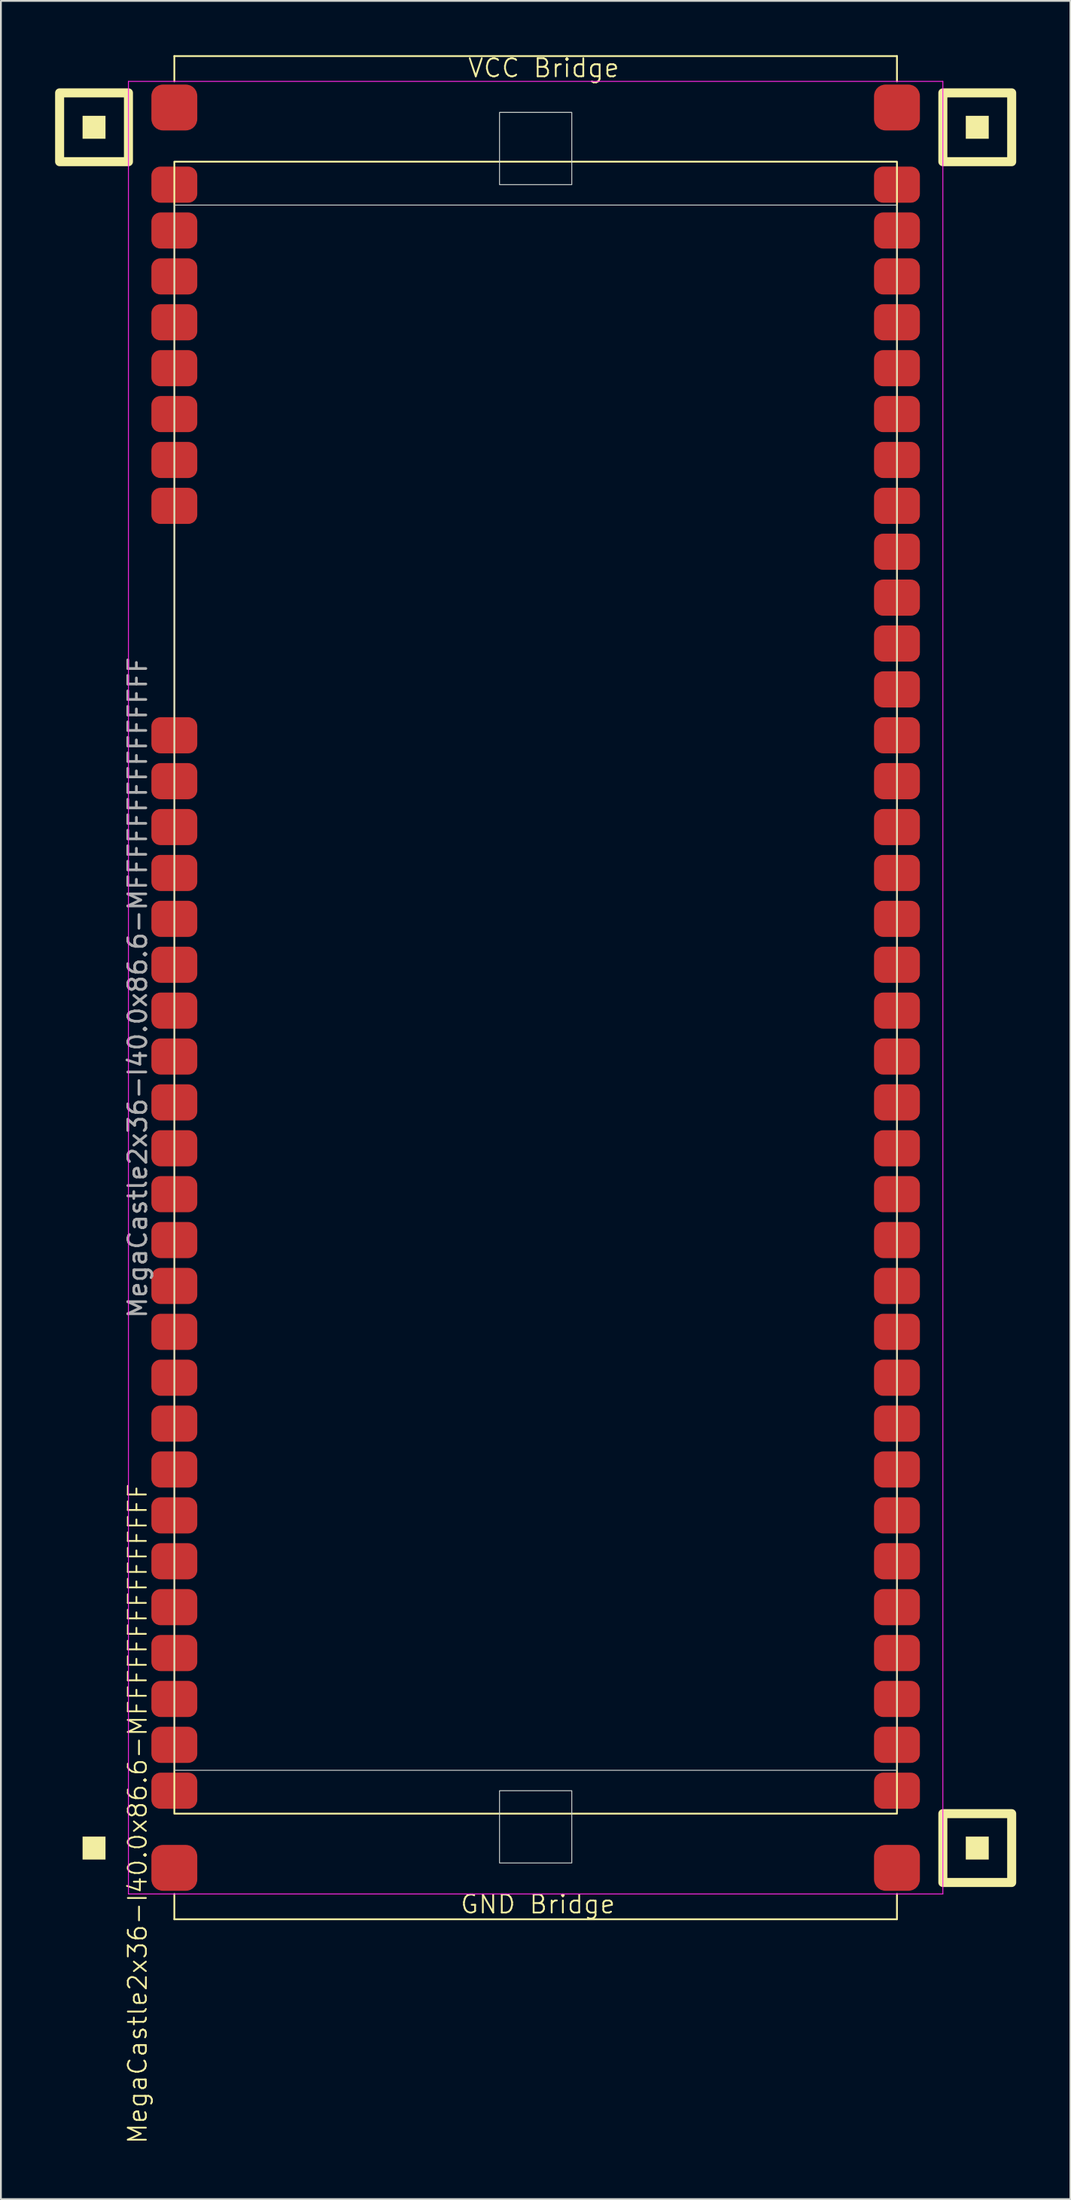
<source format=kicad_pcb>
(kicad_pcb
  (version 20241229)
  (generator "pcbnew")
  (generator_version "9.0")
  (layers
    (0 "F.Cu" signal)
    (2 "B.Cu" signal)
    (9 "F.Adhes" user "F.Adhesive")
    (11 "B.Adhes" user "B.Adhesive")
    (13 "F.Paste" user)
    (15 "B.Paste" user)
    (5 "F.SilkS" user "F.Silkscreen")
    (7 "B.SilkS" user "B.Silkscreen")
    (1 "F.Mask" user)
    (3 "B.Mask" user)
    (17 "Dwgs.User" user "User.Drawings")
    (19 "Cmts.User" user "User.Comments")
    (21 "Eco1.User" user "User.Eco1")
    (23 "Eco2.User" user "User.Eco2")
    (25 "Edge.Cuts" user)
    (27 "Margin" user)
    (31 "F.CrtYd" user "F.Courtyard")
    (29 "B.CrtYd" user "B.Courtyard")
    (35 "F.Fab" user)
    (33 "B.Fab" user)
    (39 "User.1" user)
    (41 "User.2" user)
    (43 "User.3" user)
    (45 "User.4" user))
  (footprint "MegaCastle2x36-I40.0x86.6-MFFFFFFFFFFFFFFF"
    (layer "F.Cu")
    (at 26.6 51.62)
    (property "Reference" "MegaCastle2x36-I40.0x86.6-MFFFFFFFFFFFFFFF" (at -22.032 45.72 90) (unlocked yes) (layer "F.SilkS") (effects (font (size 1 1) (thickness 0.1))))
    (attr smd)
    (fp_line (start -20 -51.565) (end 20 -51.565) (stroke (width 0.1) (type default)) (layer "F.SilkS"))
    (fp_line (start -20 -50.165) (end -20 -51.565) (stroke (width 0.1) (type default)) (layer "F.SilkS"))
    (fp_line (start -20 50.165) (end -20 51.565) (stroke (width 0.1) (type default)) (layer "F.SilkS"))
    (fp_line (start -20 51.565) (end 20 51.565) (stroke (width 0.1) (type default)) (layer "F.SilkS"))
    (fp_line (start 20 -50.165) (end 20 -51.565) (stroke (width 0.1) (type default)) (layer "F.SilkS"))
    (fp_line (start 20 50.165) (end 20 51.565) (stroke (width 0.1) (type default)) (layer "F.SilkS"))
    (fp_rect (start -23.81 -46.99) (end -25.08 -48.26) (stroke (width 0) (type solid)) (fill yes) (layer "F.SilkS"))
    (fp_rect (start -23.81 48.26) (end -25.08 46.99) (stroke (width 0) (type solid)) (fill yes) (layer "F.SilkS"))
    (fp_rect (start -22.54 -45.72) (end -26.35 -49.53) (stroke (width 0.5) (type default)) (fill no) (layer "F.SilkS"))
    (fp_rect (start -20 -45.72) (end 20 45.72) (stroke (width 0.1) (type default)) (fill no) (layer "F.SilkS"))
    (fp_rect (start 25.08 -46.99) (end 23.81 -48.26) (stroke (width 0) (type solid)) (fill yes) (layer "F.SilkS"))
    (fp_rect (start 25.08 48.26) (end 23.81 46.99) (stroke (width 0) (type solid)) (fill yes) (layer "F.SilkS"))
    (fp_rect (start 26.35 -45.72) (end 22.54 -49.53) (stroke (width 0.5) (type default)) (fill no) (layer "F.SilkS"))
    (fp_rect (start 26.35 49.53) (end 22.54 45.72) (stroke (width 0.5) (type default)) (fill no) (layer "F.SilkS"))
    (fp_rect (start -20 -43.32) (end 20 43.32) (stroke (width 0.05) (type default)) (fill no) (layer "Edge.Cuts"))
    (fp_rect (start -2 -44.45) (end 2 -48.45) (stroke (width 0.05) (type default)) (fill no) (layer "Edge.Cuts"))
    (fp_rect (start -2 44.45) (end 2 48.45) (stroke (width 0.05) (type default)) (fill no) (layer "Edge.Cuts"))
    (fp_line (start -22.54 -50.165) (end -22.54 50.165) (stroke (width 0.05) (type default)) (layer "F.CrtYd"))
    (fp_line (start -22.54 50.165) (end 22.54 50.165) (stroke (width 0.05) (type default)) (layer "F.CrtYd"))
    (fp_line (start 22.54 -50.165) (end -22.54 -50.165) (stroke (width 0.05) (type default)) (layer "F.CrtYd"))
    (fp_line (start 22.54 -50.165) (end 22.54 50.165) (stroke (width 0.05) (type default)) (layer "F.CrtYd"))
    (fp_text user "GND Bridge" (at -4.226 51.32 0) (unlocked yes) (layer "F.SilkS") (effects (font (size 1 1) (thickness 0.1)) (justify left bottom)))
    (fp_text user "VCC Bridge" (at -3.81 -50.32 0) (unlocked yes) (layer "F.SilkS") (effects (font (size 1 1) (thickness 0.1)) (justify left bottom)))
    (fp_text user "${REFERENCE}" (at -22.032 0 90) (unlocked yes) (layer "F.Fab") (effects (font (size 1 1) (thickness 0.15))))
    (pad "1" smd roundrect (at -20 -44.45) (size 2.54 2) (layers "F.Cu" "F.Mask" "F.Paste") (roundrect_rratio 0.25))
    (pad "2" smd roundrect (at -20 -41.91) (size 2.54 2) (layers "F.Cu" "F.Mask" "F.Paste") (roundrect_rratio 0.25))
    (pad "3" smd roundrect (at -20 -39.37) (size 2.54 2) (layers "F.Cu" "F.Mask" "F.Paste") (roundrect_rratio 0.25))
    (pad "4" smd roundrect (at -20 -36.83) (size 2.54 2) (layers "F.Cu" "F.Mask" "F.Paste") (roundrect_rratio 0.25))
    (pad "5" smd roundrect (at -20 -34.29) (size 2.54 2) (layers "F.Cu" "F.Mask" "F.Paste") (roundrect_rratio 0.25))
    (pad "6" smd roundrect (at -20 -31.75) (size 2.54 2) (layers "F.Cu" "F.Mask" "F.Paste") (roundrect_rratio 0.25))
    (pad "7" smd roundrect (at -20 -29.21) (size 2.54 2) (layers "F.Cu" "F.Mask" "F.Paste") (roundrect_rratio 0.25))
    (pad "8" smd roundrect (at -20 -26.67) (size 2.54 2) (layers "F.Cu" "F.Mask" "F.Paste") (roundrect_rratio 0.25))
    (pad "13" smd roundrect (at -20 -13.97) (size 2.54 2) (layers "F.Cu" "F.Mask" "F.Paste") (roundrect_rratio 0.25))
    (pad "14" smd roundrect (at -20 -11.43) (size 2.54 2) (layers "F.Cu" "F.Mask" "F.Paste") (roundrect_rratio 0.25))
    (pad "15" smd roundrect (at -20 -8.89) (size 2.54 2) (layers "F.Cu" "F.Mask" "F.Paste") (roundrect_rratio 0.25))
    (pad "16" smd roundrect (at -20 -6.35) (size 2.54 2) (layers "F.Cu" "F.Mask" "F.Paste") (roundrect_rratio 0.25))
    (pad "17" smd roundrect (at -20 -3.81) (size 2.54 2) (layers "F.Cu" "F.Mask" "F.Paste") (roundrect_rratio 0.25))
    (pad "18" smd roundrect (at -20 -1.27) (size 2.54 2) (layers "F.Cu" "F.Mask" "F.Paste") (roundrect_rratio 0.25))
    (pad "19" smd roundrect (at -20 1.27) (size 2.54 2) (layers "F.Cu" "F.Mask" "F.Paste") (roundrect_rratio 0.25))
    (pad "20" smd roundrect (at -20 3.81) (size 2.54 2) (layers "F.Cu" "F.Mask" "F.Paste") (roundrect_rratio 0.25))
    (pad "21" smd roundrect (at -20 6.35) (size 2.54 2) (layers "F.Cu" "F.Mask" "F.Paste") (roundrect_rratio 0.25))
    (pad "22" smd roundrect (at -20 8.89) (size 2.54 2) (layers "F.Cu" "F.Mask" "F.Paste") (roundrect_rratio 0.25))
    (pad "23" smd roundrect (at -20 11.43) (size 2.54 2) (layers "F.Cu" "F.Mask" "F.Paste") (roundrect_rratio 0.25))
    (pad "24" smd roundrect (at -20 13.97) (size 2.54 2) (layers "F.Cu" "F.Mask" "F.Paste") (roundrect_rratio 0.25))
    (pad "25" smd roundrect (at -20 16.51) (size 2.54 2) (layers "F.Cu" "F.Mask" "F.Paste") (roundrect_rratio 0.25))
    (pad "26" smd roundrect (at -20 19.05) (size 2.54 2) (layers "F.Cu" "F.Mask" "F.Paste") (roundrect_rratio 0.25))
    (pad "27" smd roundrect (at -20 21.59) (size 2.54 2) (layers "F.Cu" "F.Mask" "F.Paste") (roundrect_rratio 0.25))
    (pad "28" smd roundrect (at -20 24.13) (size 2.54 2) (layers "F.Cu" "F.Mask" "F.Paste") (roundrect_rratio 0.25))
    (pad "29" smd roundrect (at -20 26.67) (size 2.54 2) (layers "F.Cu" "F.Mask" "F.Paste") (roundrect_rratio 0.25))
    (pad "30" smd roundrect (at -20 29.21) (size 2.54 2) (layers "F.Cu" "F.Mask" "F.Paste") (roundrect_rratio 0.25))
    (pad "31" smd roundrect (at -20 31.75) (size 2.54 2) (layers "F.Cu" "F.Mask" "F.Paste") (roundrect_rratio 0.25))
    (pad "32" smd roundrect (at -20 34.29) (size 2.54 2) (layers "F.Cu" "F.Mask" "F.Paste") (roundrect_rratio 0.25))
    (pad "33" smd roundrect (at -20 36.83) (size 2.54 2) (layers "F.Cu" "F.Mask" "F.Paste") (roundrect_rratio 0.25))
    (pad "34" smd roundrect (at -20 39.37) (size 2.54 2) (layers "F.Cu" "F.Mask" "F.Paste") (roundrect_rratio 0.25))
    (pad "35" smd roundrect (at -20 41.91) (size 2.54 2) (layers "F.Cu" "F.Mask" "F.Paste") (roundrect_rratio 0.25))
    (pad "36" smd roundrect (at -20 44.45) (size 2.54 2) (layers "F.Cu" "F.Mask" "F.Paste") (roundrect_rratio 0.25))
    (pad "37" smd roundrect (at 20 -44.45) (size 2.54 2) (layers "F.Cu" "F.Mask" "F.Paste") (roundrect_rratio 0.25))
    (pad "38" smd roundrect (at 20 -41.91) (size 2.54 2) (layers "F.Cu" "F.Mask" "F.Paste") (roundrect_rratio 0.25))
    (pad "39" smd roundrect (at 20 -39.37) (size 2.54 2) (layers "F.Cu" "F.Mask" "F.Paste") (roundrect_rratio 0.25))
    (pad "40" smd roundrect (at 20 -36.83) (size 2.54 2) (layers "F.Cu" "F.Mask" "F.Paste") (roundrect_rratio 0.25))
    (pad "41" smd roundrect (at 20 -34.29) (size 2.54 2) (layers "F.Cu" "F.Mask" "F.Paste") (roundrect_rratio 0.25))
    (pad "42" smd roundrect (at 20 -31.75) (size 2.54 2) (layers "F.Cu" "F.Mask" "F.Paste") (roundrect_rratio 0.25))
    (pad "43" smd roundrect (at 20 -29.21) (size 2.54 2) (layers "F.Cu" "F.Mask" "F.Paste") (roundrect_rratio 0.25))
    (pad "44" smd roundrect (at 20 -26.67) (size 2.54 2) (layers "F.Cu" "F.Mask" "F.Paste") (roundrect_rratio 0.25))
    (pad "45" smd roundrect (at 20 -24.13) (size 2.54 2) (layers "F.Cu" "F.Mask" "F.Paste") (roundrect_rratio 0.25))
    (pad "46" smd roundrect (at 20 -21.59) (size 2.54 2) (layers "F.Cu" "F.Mask" "F.Paste") (roundrect_rratio 0.25))
    (pad "47" smd roundrect (at 20 -19.05) (size 2.54 2) (layers "F.Cu" "F.Mask" "F.Paste") (roundrect_rratio 0.25))
    (pad "48" smd roundrect (at 20 -16.51) (size 2.54 2) (layers "F.Cu" "F.Mask" "F.Paste") (roundrect_rratio 0.25))
    (pad "49" smd roundrect (at 20 -13.97) (size 2.54 2) (layers "F.Cu" "F.Mask" "F.Paste") (roundrect_rratio 0.25))
    (pad "50" smd roundrect (at 20 -11.43) (size 2.54 2) (layers "F.Cu" "F.Mask" "F.Paste") (roundrect_rratio 0.25))
    (pad "51" smd roundrect (at 20 -8.89) (size 2.54 2) (layers "F.Cu" "F.Mask" "F.Paste") (roundrect_rratio 0.25))
    (pad "52" smd roundrect (at 20 -6.35) (size 2.54 2) (layers "F.Cu" "F.Mask" "F.Paste") (roundrect_rratio 0.25))
    (pad "53" smd roundrect (at 20 -3.81) (size 2.54 2) (layers "F.Cu" "F.Mask" "F.Paste") (roundrect_rratio 0.25))
    (pad "54" smd roundrect (at 20 -1.27) (size 2.54 2) (layers "F.Cu" "F.Mask" "F.Paste") (roundrect_rratio 0.25))
    (pad "55" smd roundrect (at 20 1.27) (size 2.54 2) (layers "F.Cu" "F.Mask" "F.Paste") (roundrect_rratio 0.25))
    (pad "56" smd roundrect (at 20 3.81) (size 2.54 2) (layers "F.Cu" "F.Mask" "F.Paste") (roundrect_rratio 0.25))
    (pad "57" smd roundrect (at 20 6.35) (size 2.54 2) (layers "F.Cu" "F.Mask" "F.Paste") (roundrect_rratio 0.25))
    (pad "58" smd roundrect (at 20 8.89) (size 2.54 2) (layers "F.Cu" "F.Mask" "F.Paste") (roundrect_rratio 0.25))
    (pad "59" smd roundrect (at 20 11.43) (size 2.54 2) (layers "F.Cu" "F.Mask" "F.Paste") (roundrect_rratio 0.25))
    (pad "60" smd roundrect (at 20 13.97) (size 2.54 2) (layers "F.Cu" "F.Mask" "F.Paste") (roundrect_rratio 0.25))
    (pad "61" smd roundrect (at 20 16.51) (size 2.54 2) (layers "F.Cu" "F.Mask" "F.Paste") (roundrect_rratio 0.25))
    (pad "62" smd roundrect (at 20 19.05) (size 2.54 2) (layers "F.Cu" "F.Mask" "F.Paste") (roundrect_rratio 0.25))
    (pad "63" smd roundrect (at 20 21.59) (size 2.54 2) (layers "F.Cu" "F.Mask" "F.Paste") (roundrect_rratio 0.25))
    (pad "64" smd roundrect (at 20 24.13) (size 2.54 2) (layers "F.Cu" "F.Mask" "F.Paste") (roundrect_rratio 0.25))
    (pad "65" smd roundrect (at 20 26.67) (size 2.54 2) (layers "F.Cu" "F.Mask" "F.Paste") (roundrect_rratio 0.25))
    (pad "66" smd roundrect (at 20 29.21) (size 2.54 2) (layers "F.Cu" "F.Mask" "F.Paste") (roundrect_rratio 0.25))
    (pad "67" smd roundrect (at 20 31.75) (size 2.54 2) (layers "F.Cu" "F.Mask" "F.Paste") (roundrect_rratio 0.25))
    (pad "68" smd roundrect (at 20 34.29) (size 2.54 2) (layers "F.Cu" "F.Mask" "F.Paste") (roundrect_rratio 0.25))
    (pad "69" smd roundrect (at 20 36.83) (size 2.54 2) (layers "F.Cu" "F.Mask" "F.Paste") (roundrect_rratio 0.25))
    (pad "70" smd roundrect (at 20 39.37) (size 2.54 2) (layers "F.Cu" "F.Mask" "F.Paste") (roundrect_rratio 0.25))
    (pad "71" smd roundrect (at 20 41.91) (size 2.54 2) (layers "F.Cu" "F.Mask" "F.Paste") (roundrect_rratio 0.25))
    (pad "72" smd roundrect (at 20 44.45) (size 2.54 2) (layers "F.Cu" "F.Mask" "F.Paste") (roundrect_rratio 0.25))
    (pad "A1" smd roundrect (at -20 -48.72) (size 2.54 2.54) (layers "F.Cu" "F.Mask" "F.Paste") (roundrect_rratio 0.25))
    (pad "A2" smd roundrect (at 20 -48.72) (size 2.54 2.54) (layers "F.Cu" "F.Mask" "F.Paste") (roundrect_rratio 0.25))
    (pad "B1" smd roundrect (at -20 48.72) (size 2.54 2.54) (layers "F.Cu" "F.Mask" "F.Paste") (roundrect_rratio 0.25))
    (pad "B2" smd roundrect (at 20 48.72) (size 2.54 2.54) (layers "F.Cu" "F.Mask" "F.Paste") (roundrect_rratio 0.25)))
  (gr_rect
    (start -3 -3)
    (end 56.2 118.676)
    (stroke (width 0.1) (type default))
    (fill no)
    (layer "Edge.Cuts")))
</source>
